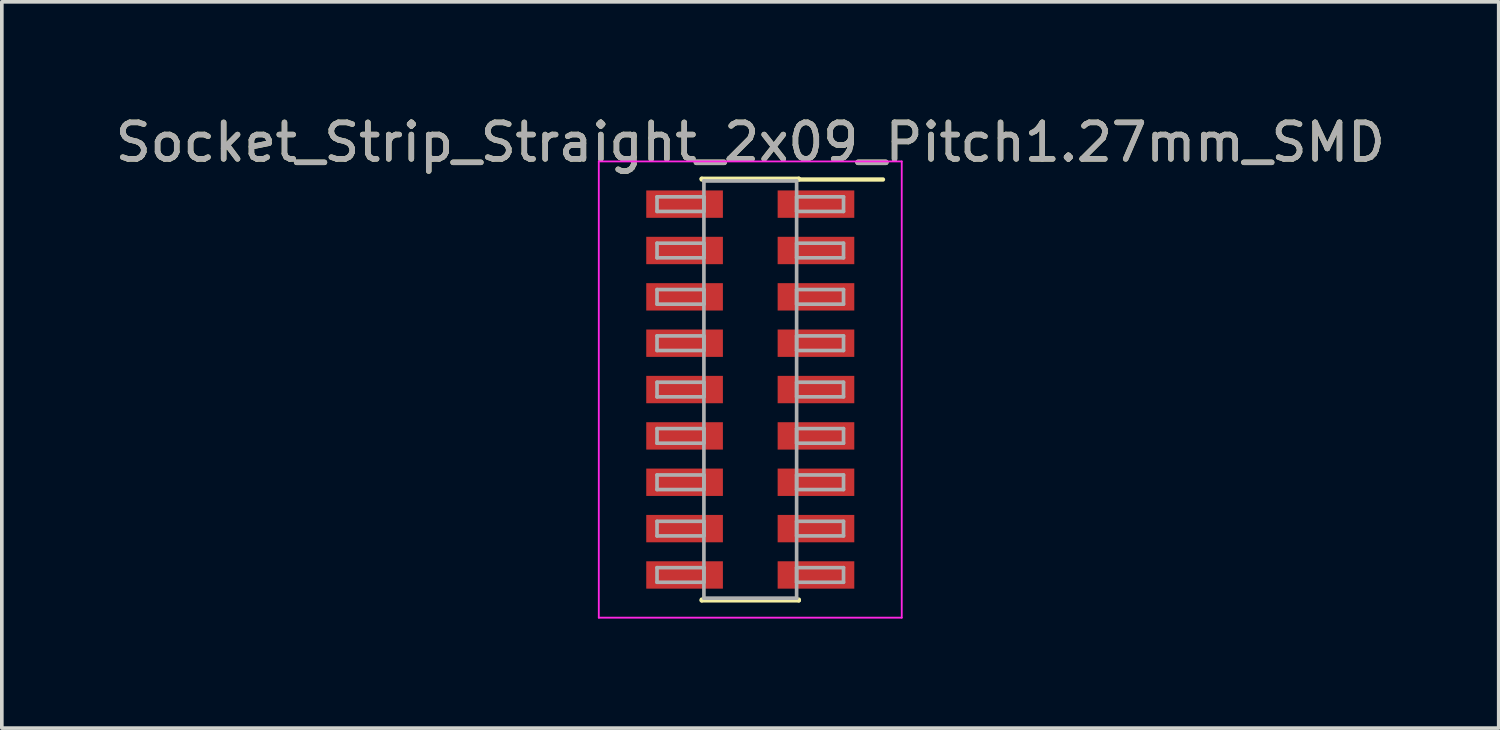
<source format=kicad_pcb>
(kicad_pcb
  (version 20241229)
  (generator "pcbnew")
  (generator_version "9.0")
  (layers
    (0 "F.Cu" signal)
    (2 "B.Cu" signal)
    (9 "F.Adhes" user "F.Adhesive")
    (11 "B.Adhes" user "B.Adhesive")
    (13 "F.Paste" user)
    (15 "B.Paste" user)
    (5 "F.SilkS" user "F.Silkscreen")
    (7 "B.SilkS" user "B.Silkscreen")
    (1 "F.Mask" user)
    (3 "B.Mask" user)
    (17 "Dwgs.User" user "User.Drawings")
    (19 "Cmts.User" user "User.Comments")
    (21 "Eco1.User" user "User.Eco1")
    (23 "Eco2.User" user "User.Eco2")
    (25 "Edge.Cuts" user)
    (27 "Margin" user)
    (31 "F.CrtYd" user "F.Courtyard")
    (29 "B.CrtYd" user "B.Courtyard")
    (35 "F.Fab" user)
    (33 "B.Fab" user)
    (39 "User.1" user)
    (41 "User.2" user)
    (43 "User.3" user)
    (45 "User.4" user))
  (footprint "Socket_Strip_Straight_2x09_Pitch1.27mm_SMD"
    (layer "F.Cu")
    (at 17.506 7.623)
    (property "Reference" "Socket_Strip_Straight_2x09_Pitch1.27mm_SMD" (at 0 -6.775 0) (layer "F.SilkS") (effects (font (size 1 1) (thickness 0.15))))
    (attr smd)
    (fp_line (start -1.33 -5.775) (end 1.33 -5.775) (stroke (width 0.12) (type solid)) (layer "F.SilkS"))
    (fp_line (start -1.33 -5.755) (end -1.33 -5.775) (stroke (width 0.12) (type solid)) (layer "F.SilkS"))
    (fp_line (start -1.33 5.755) (end -1.33 5.775) (stroke (width 0.12) (type solid)) (layer "F.SilkS"))
    (fp_line (start -1.33 5.775) (end 1.33 5.775) (stroke (width 0.12) (type solid)) (layer "F.SilkS"))
    (fp_line (start 1.33 -5.775) (end 1.33 -5.755) (stroke (width 0.12) (type solid)) (layer "F.SilkS"))
    (fp_line (start 1.33 5.775) (end 1.33 5.755) (stroke (width 0.12) (type solid)) (layer "F.SilkS"))
    (fp_line (start 3.635 -5.755) (end 1.33 -5.755) (stroke (width 0.12) (type solid)) (layer "F.SilkS"))
    (fp_line (start -4.15 -6.25) (end -4.15 6.25) (stroke (width 0.05) (type solid)) (layer "F.CrtYd"))
    (fp_line (start -4.15 6.25) (end 4.15 6.25) (stroke (width 0.05) (type solid)) (layer "F.CrtYd"))
    (fp_line (start 4.15 -6.25) (end -4.15 -6.25) (stroke (width 0.05) (type solid)) (layer "F.CrtYd"))
    (fp_line (start 4.15 6.25) (end 4.15 -6.25) (stroke (width 0.05) (type solid)) (layer "F.CrtYd"))
    (fp_line (start -2.555 -5.28) (end -1.27 -5.28) (stroke (width 0.1) (type solid)) (layer "F.Fab"))
    (fp_line (start -2.555 -4.88) (end -2.555 -5.28) (stroke (width 0.1) (type solid)) (layer "F.Fab"))
    (fp_line (start -2.555 -4.01) (end -1.27 -4.01) (stroke (width 0.1) (type solid)) (layer "F.Fab"))
    (fp_line (start -2.555 -3.61) (end -2.555 -4.01) (stroke (width 0.1) (type solid)) (layer "F.Fab"))
    (fp_line (start -2.555 -2.74) (end -1.27 -2.74) (stroke (width 0.1) (type solid)) (layer "F.Fab"))
    (fp_line (start -2.555 -2.34) (end -2.555 -2.74) (stroke (width 0.1) (type solid)) (layer "F.Fab"))
    (fp_line (start -2.555 -1.47) (end -1.27 -1.47) (stroke (width 0.1) (type solid)) (layer "F.Fab"))
    (fp_line (start -2.555 -1.07) (end -2.555 -1.47) (stroke (width 0.1) (type solid)) (layer "F.Fab"))
    (fp_line (start -2.555 -0.2) (end -1.27 -0.2) (stroke (width 0.1) (type solid)) (layer "F.Fab"))
    (fp_line (start -2.555 0.2) (end -2.555 -0.2) (stroke (width 0.1) (type solid)) (layer "F.Fab"))
    (fp_line (start -2.555 1.07) (end -1.27 1.07) (stroke (width 0.1) (type solid)) (layer "F.Fab"))
    (fp_line (start -2.555 1.47) (end -2.555 1.07) (stroke (width 0.1) (type solid)) (layer "F.Fab"))
    (fp_line (start -2.555 2.34) (end -1.27 2.34) (stroke (width 0.1) (type solid)) (layer "F.Fab"))
    (fp_line (start -2.555 2.74) (end -2.555 2.34) (stroke (width 0.1) (type solid)) (layer "F.Fab"))
    (fp_line (start -2.555 3.61) (end -1.27 3.61) (stroke (width 0.1) (type solid)) (layer "F.Fab"))
    (fp_line (start -2.555 4.01) (end -2.555 3.61) (stroke (width 0.1) (type solid)) (layer "F.Fab"))
    (fp_line (start -2.555 4.88) (end -1.27 4.88) (stroke (width 0.1) (type solid)) (layer "F.Fab"))
    (fp_line (start -2.555 5.28) (end -2.555 4.88) (stroke (width 0.1) (type solid)) (layer "F.Fab"))
    (fp_line (start -1.27 -5.715) (end -1.27 5.715) (stroke (width 0.1) (type solid)) (layer "F.Fab"))
    (fp_line (start -1.27 -5.28) (end -1.27 -4.88) (stroke (width 0.1) (type solid)) (layer "F.Fab"))
    (fp_line (start -1.27 -4.88) (end -2.555 -4.88) (stroke (width 0.1) (type solid)) (layer "F.Fab"))
    (fp_line (start -1.27 -4.01) (end -1.27 -3.61) (stroke (width 0.1) (type solid)) (layer "F.Fab"))
    (fp_line (start -1.27 -3.61) (end -2.555 -3.61) (stroke (width 0.1) (type solid)) (layer "F.Fab"))
    (fp_line (start -1.27 -2.74) (end -1.27 -2.34) (stroke (width 0.1) (type solid)) (layer "F.Fab"))
    (fp_line (start -1.27 -2.34) (end -2.555 -2.34) (stroke (width 0.1) (type solid)) (layer "F.Fab"))
    (fp_line (start -1.27 -1.47) (end -1.27 -1.07) (stroke (width 0.1) (type solid)) (layer "F.Fab"))
    (fp_line (start -1.27 -1.07) (end -2.555 -1.07) (stroke (width 0.1) (type solid)) (layer "F.Fab"))
    (fp_line (start -1.27 -0.2) (end -1.27 0.2) (stroke (width 0.1) (type solid)) (layer "F.Fab"))
    (fp_line (start -1.27 0.2) (end -2.555 0.2) (stroke (width 0.1) (type solid)) (layer "F.Fab"))
    (fp_line (start -1.27 1.07) (end -1.27 1.47) (stroke (width 0.1) (type solid)) (layer "F.Fab"))
    (fp_line (start -1.27 1.47) (end -2.555 1.47) (stroke (width 0.1) (type solid)) (layer "F.Fab"))
    (fp_line (start -1.27 2.34) (end -1.27 2.74) (stroke (width 0.1) (type solid)) (layer "F.Fab"))
    (fp_line (start -1.27 2.74) (end -2.555 2.74) (stroke (width 0.1) (type solid)) (layer "F.Fab"))
    (fp_line (start -1.27 3.61) (end -1.27 4.01) (stroke (width 0.1) (type solid)) (layer "F.Fab"))
    (fp_line (start -1.27 4.01) (end -2.555 4.01) (stroke (width 0.1) (type solid)) (layer "F.Fab"))
    (fp_line (start -1.27 4.88) (end -1.27 5.28) (stroke (width 0.1) (type solid)) (layer "F.Fab"))
    (fp_line (start -1.27 5.28) (end -2.555 5.28) (stroke (width 0.1) (type solid)) (layer "F.Fab"))
    (fp_line (start -1.27 5.715) (end 1.27 5.715) (stroke (width 0.1) (type solid)) (layer "F.Fab"))
    (fp_line (start 1.27 -5.715) (end -1.27 -5.715) (stroke (width 0.1) (type solid)) (layer "F.Fab"))
    (fp_line (start 1.27 -5.28) (end 1.27 -4.88) (stroke (width 0.1) (type solid)) (layer "F.Fab"))
    (fp_line (start 1.27 -4.88) (end 2.555 -4.88) (stroke (width 0.1) (type solid)) (layer "F.Fab"))
    (fp_line (start 1.27 -4.01) (end 1.27 -3.61) (stroke (width 0.1) (type solid)) (layer "F.Fab"))
    (fp_line (start 1.27 -3.61) (end 2.555 -3.61) (stroke (width 0.1) (type solid)) (layer "F.Fab"))
    (fp_line (start 1.27 -2.74) (end 1.27 -2.34) (stroke (width 0.1) (type solid)) (layer "F.Fab"))
    (fp_line (start 1.27 -2.34) (end 2.555 -2.34) (stroke (width 0.1) (type solid)) (layer "F.Fab"))
    (fp_line (start 1.27 -1.47) (end 1.27 -1.07) (stroke (width 0.1) (type solid)) (layer "F.Fab"))
    (fp_line (start 1.27 -1.07) (end 2.555 -1.07) (stroke (width 0.1) (type solid)) (layer "F.Fab"))
    (fp_line (start 1.27 -0.2) (end 1.27 0.2) (stroke (width 0.1) (type solid)) (layer "F.Fab"))
    (fp_line (start 1.27 0.2) (end 2.555 0.2) (stroke (width 0.1) (type solid)) (layer "F.Fab"))
    (fp_line (start 1.27 1.07) (end 1.27 1.47) (stroke (width 0.1) (type solid)) (layer "F.Fab"))
    (fp_line (start 1.27 1.47) (end 2.555 1.47) (stroke (width 0.1) (type solid)) (layer "F.Fab"))
    (fp_line (start 1.27 2.34) (end 1.27 2.74) (stroke (width 0.1) (type solid)) (layer "F.Fab"))
    (fp_line (start 1.27 2.74) (end 2.555 2.74) (stroke (width 0.1) (type solid)) (layer "F.Fab"))
    (fp_line (start 1.27 3.61) (end 1.27 4.01) (stroke (width 0.1) (type solid)) (layer "F.Fab"))
    (fp_line (start 1.27 4.01) (end 2.555 4.01) (stroke (width 0.1) (type solid)) (layer "F.Fab"))
    (fp_line (start 1.27 4.88) (end 1.27 5.28) (stroke (width 0.1) (type solid)) (layer "F.Fab"))
    (fp_line (start 1.27 5.28) (end 2.555 5.28) (stroke (width 0.1) (type solid)) (layer "F.Fab"))
    (fp_line (start 1.27 5.715) (end 1.27 -5.715) (stroke (width 0.1) (type solid)) (layer "F.Fab"))
    (fp_line (start 2.555 -5.28) (end 1.27 -5.28) (stroke (width 0.1) (type solid)) (layer "F.Fab"))
    (fp_line (start 2.555 -4.88) (end 2.555 -5.28) (stroke (width 0.1) (type solid)) (layer "F.Fab"))
    (fp_line (start 2.555 -4.01) (end 1.27 -4.01) (stroke (width 0.1) (type solid)) (layer "F.Fab"))
    (fp_line (start 2.555 -3.61) (end 2.555 -4.01) (stroke (width 0.1) (type solid)) (layer "F.Fab"))
    (fp_line (start 2.555 -2.74) (end 1.27 -2.74) (stroke (width 0.1) (type solid)) (layer "F.Fab"))
    (fp_line (start 2.555 -2.34) (end 2.555 -2.74) (stroke (width 0.1) (type solid)) (layer "F.Fab"))
    (fp_line (start 2.555 -1.47) (end 1.27 -1.47) (stroke (width 0.1) (type solid)) (layer "F.Fab"))
    (fp_line (start 2.555 -1.07) (end 2.555 -1.47) (stroke (width 0.1) (type solid)) (layer "F.Fab"))
    (fp_line (start 2.555 -0.2) (end 1.27 -0.2) (stroke (width 0.1) (type solid)) (layer "F.Fab"))
    (fp_line (start 2.555 0.2) (end 2.555 -0.2) (stroke (width 0.1) (type solid)) (layer "F.Fab"))
    (fp_line (start 2.555 1.07) (end 1.27 1.07) (stroke (width 0.1) (type solid)) (layer "F.Fab"))
    (fp_line (start 2.555 1.47) (end 2.555 1.07) (stroke (width 0.1) (type solid)) (layer "F.Fab"))
    (fp_line (start 2.555 2.34) (end 1.27 2.34) (stroke (width 0.1) (type solid)) (layer "F.Fab"))
    (fp_line (start 2.555 2.74) (end 2.555 2.34) (stroke (width 0.1) (type solid)) (layer "F.Fab"))
    (fp_line (start 2.555 3.61) (end 1.27 3.61) (stroke (width 0.1) (type solid)) (layer "F.Fab"))
    (fp_line (start 2.555 4.01) (end 2.555 3.61) (stroke (width 0.1) (type solid)) (layer "F.Fab"))
    (fp_line (start 2.555 4.88) (end 1.27 4.88) (stroke (width 0.1) (type solid)) (layer "F.Fab"))
    (fp_line (start 2.555 5.28) (end 2.555 4.88) (stroke (width 0.1) (type solid)) (layer "F.Fab"))
    (fp_text user "${REFERENCE}" (at 0 -6.775 0) (layer "F.Fab") (effects (font (size 1 1) (thickness 0.15))))
    (pad "1" smd rect (at 1.8 -5.08) (size 2.1 0.75) (layers "F.Cu" "F.Mask" "F.Paste"))
    (pad "2" smd rect (at -1.8 -5.08) (size 2.1 0.75) (layers "F.Cu" "F.Mask" "F.Paste"))
    (pad "3" smd rect (at 1.8 -3.81) (size 2.1 0.75) (layers "F.Cu" "F.Mask" "F.Paste"))
    (pad "4" smd rect (at -1.8 -3.81) (size 2.1 0.75) (layers "F.Cu" "F.Mask" "F.Paste"))
    (pad "5" smd rect (at 1.8 -2.54) (size 2.1 0.75) (layers "F.Cu" "F.Mask" "F.Paste"))
    (pad "6" smd rect (at -1.8 -2.54) (size 2.1 0.75) (layers "F.Cu" "F.Mask" "F.Paste"))
    (pad "7" smd rect (at 1.8 -1.27) (size 2.1 0.75) (layers "F.Cu" "F.Mask" "F.Paste"))
    (pad "8" smd rect (at -1.8 -1.27) (size 2.1 0.75) (layers "F.Cu" "F.Mask" "F.Paste"))
    (pad "9" smd rect (at 1.8 0) (size 2.1 0.75) (layers "F.Cu" "F.Mask" "F.Paste"))
    (pad "10" smd rect (at -1.8 0) (size 2.1 0.75) (layers "F.Cu" "F.Mask" "F.Paste"))
    (pad "11" smd rect (at 1.8 1.27) (size 2.1 0.75) (layers "F.Cu" "F.Mask" "F.Paste"))
    (pad "12" smd rect (at -1.8 1.27) (size 2.1 0.75) (layers "F.Cu" "F.Mask" "F.Paste"))
    (pad "13" smd rect (at 1.8 2.54) (size 2.1 0.75) (layers "F.Cu" "F.Mask" "F.Paste"))
    (pad "14" smd rect (at -1.8 2.54) (size 2.1 0.75) (layers "F.Cu" "F.Mask" "F.Paste"))
    (pad "15" smd rect (at 1.8 3.81) (size 2.1 0.75) (layers "F.Cu" "F.Mask" "F.Paste"))
    (pad "16" smd rect (at -1.8 3.81) (size 2.1 0.75) (layers "F.Cu" "F.Mask" "F.Paste"))
    (pad "17" smd rect (at 1.8 5.08) (size 2.1 0.75) (layers "F.Cu" "F.Mask" "F.Paste"))
    (pad "18" smd rect (at -1.8 5.08) (size 2.1 0.75) (layers "F.Cu" "F.Mask" "F.Paste")))
  (gr_rect
    (start -3 -3)
    (end 38.012 16.898)
    (stroke (width 0.1) (type default))
    (fill no)
    (layer "Edge.Cuts")))
</source>
